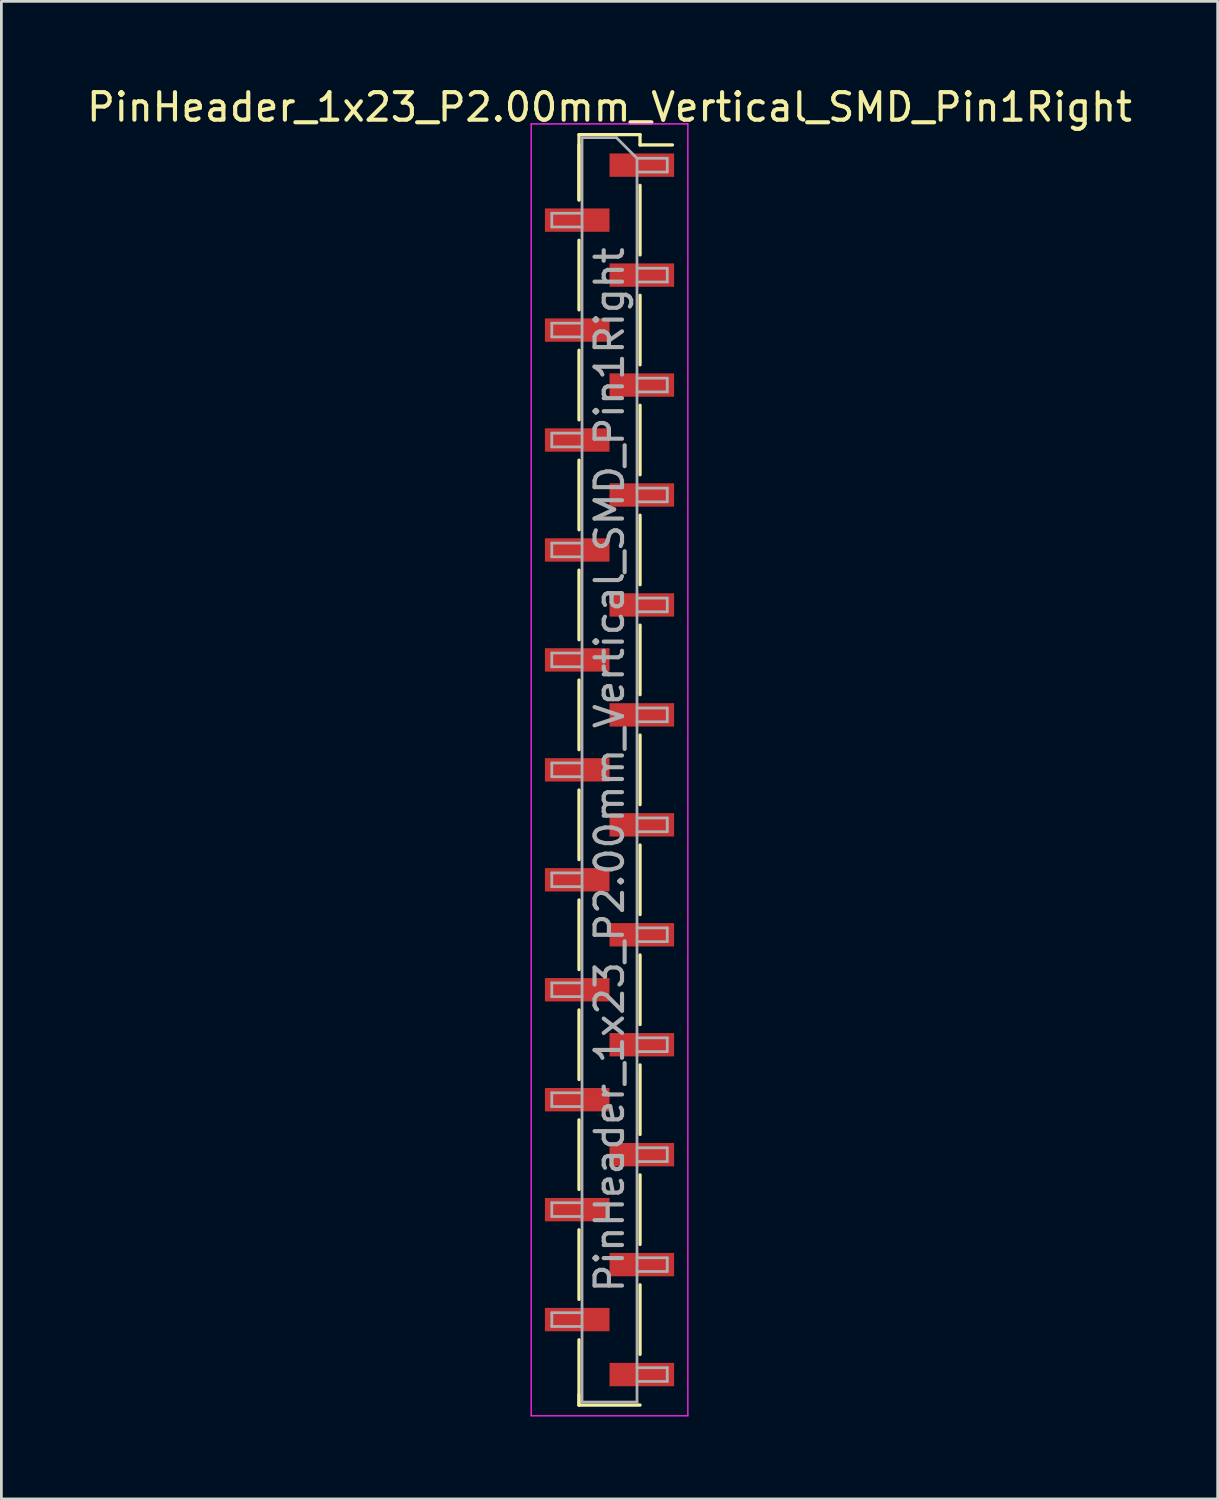
<source format=kicad_pcb>
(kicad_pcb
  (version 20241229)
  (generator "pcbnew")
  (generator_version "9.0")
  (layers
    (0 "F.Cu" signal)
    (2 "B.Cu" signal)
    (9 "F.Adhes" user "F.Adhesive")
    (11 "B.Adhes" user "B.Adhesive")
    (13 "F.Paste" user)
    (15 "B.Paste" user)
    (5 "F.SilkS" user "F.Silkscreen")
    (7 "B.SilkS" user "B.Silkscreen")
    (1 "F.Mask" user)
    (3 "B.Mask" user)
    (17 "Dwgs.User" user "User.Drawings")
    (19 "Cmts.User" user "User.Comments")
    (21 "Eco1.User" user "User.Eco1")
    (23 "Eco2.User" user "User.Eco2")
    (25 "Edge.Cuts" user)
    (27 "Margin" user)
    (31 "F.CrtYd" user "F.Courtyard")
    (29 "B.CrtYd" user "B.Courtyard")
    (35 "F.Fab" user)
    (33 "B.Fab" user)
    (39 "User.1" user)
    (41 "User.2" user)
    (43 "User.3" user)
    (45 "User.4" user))
  (footprint "PinHeader_1x23_P2.00mm_Vertical_SMD_Pin1Right"
    (layer "F.Cu")
    (at 19.125 24.958)
    (property "Reference" "PinHeader_1x23_P2.00mm_Vertical_SMD_Pin1Right" (at 0 -24.11 0) (layer "F.SilkS") (effects (font (size 1 1) (thickness 0.15))))
    (attr smd)
    (fp_line (start -1.11 -23.11) (end -1.11 -20.735) (stroke (width 0.12) (type solid)) (layer "F.SilkS"))
    (fp_line (start -1.11 -23.11) (end 1.11 -23.11) (stroke (width 0.12) (type solid)) (layer "F.SilkS"))
    (fp_line (start -1.11 -22.735) (end -1.11 -20.735) (stroke (width 0.12) (type solid)) (layer "F.SilkS"))
    (fp_line (start -1.11 -19.265) (end -1.11 -16.735) (stroke (width 0.12) (type solid)) (layer "F.SilkS"))
    (fp_line (start -1.11 -15.265) (end -1.11 -12.735) (stroke (width 0.12) (type solid)) (layer "F.SilkS"))
    (fp_line (start -1.11 -11.265) (end -1.11 -8.735) (stroke (width 0.12) (type solid)) (layer "F.SilkS"))
    (fp_line (start -1.11 -7.265) (end -1.11 -4.735) (stroke (width 0.12) (type solid)) (layer "F.SilkS"))
    (fp_line (start -1.11 -3.265) (end -1.11 -0.735) (stroke (width 0.12) (type solid)) (layer "F.SilkS"))
    (fp_line (start -1.11 0.735) (end -1.11 3.265) (stroke (width 0.12) (type solid)) (layer "F.SilkS"))
    (fp_line (start -1.11 4.735) (end -1.11 7.265) (stroke (width 0.12) (type solid)) (layer "F.SilkS"))
    (fp_line (start -1.11 8.735) (end -1.11 11.265) (stroke (width 0.12) (type solid)) (layer "F.SilkS"))
    (fp_line (start -1.11 12.735) (end -1.11 15.265) (stroke (width 0.12) (type solid)) (layer "F.SilkS"))
    (fp_line (start -1.11 16.735) (end -1.11 19.265) (stroke (width 0.12) (type solid)) (layer "F.SilkS"))
    (fp_line (start -1.11 20.735) (end -1.11 23.11) (stroke (width 0.12) (type solid)) (layer "F.SilkS"))
    (fp_line (start -1.11 22.735) (end -1.11 23.11) (stroke (width 0.12) (type solid)) (layer "F.SilkS"))
    (fp_line (start -1.11 23.11) (end 1.11 23.11) (stroke (width 0.12) (type solid)) (layer "F.SilkS"))
    (fp_line (start 1.11 -23.11) (end 1.11 -22.735) (stroke (width 0.12) (type solid)) (layer "F.SilkS"))
    (fp_line (start 1.11 -22.735) (end 2.29 -22.735) (stroke (width 0.12) (type solid)) (layer "F.SilkS"))
    (fp_line (start 1.11 -21.265) (end 1.11 -18.735) (stroke (width 0.12) (type solid)) (layer "F.SilkS"))
    (fp_line (start 1.11 -17.265) (end 1.11 -14.735) (stroke (width 0.12) (type solid)) (layer "F.SilkS"))
    (fp_line (start 1.11 -13.265) (end 1.11 -10.735) (stroke (width 0.12) (type solid)) (layer "F.SilkS"))
    (fp_line (start 1.11 -9.265) (end 1.11 -6.735) (stroke (width 0.12) (type solid)) (layer "F.SilkS"))
    (fp_line (start 1.11 -5.265) (end 1.11 -2.735) (stroke (width 0.12) (type solid)) (layer "F.SilkS"))
    (fp_line (start 1.11 -1.265) (end 1.11 1.265) (stroke (width 0.12) (type solid)) (layer "F.SilkS"))
    (fp_line (start 1.11 2.735) (end 1.11 5.265) (stroke (width 0.12) (type solid)) (layer "F.SilkS"))
    (fp_line (start 1.11 6.735) (end 1.11 9.265) (stroke (width 0.12) (type solid)) (layer "F.SilkS"))
    (fp_line (start 1.11 10.735) (end 1.11 13.265) (stroke (width 0.12) (type solid)) (layer "F.SilkS"))
    (fp_line (start 1.11 14.735) (end 1.11 17.265) (stroke (width 0.12) (type solid)) (layer "F.SilkS"))
    (fp_line (start 1.11 18.735) (end 1.11 21.265) (stroke (width 0.12) (type solid)) (layer "F.SilkS"))
    (fp_line (start -2.85 -23.5) (end -2.85 23.5) (stroke (width 0.05) (type solid)) (layer "F.CrtYd"))
    (fp_line (start -2.85 23.5) (end 2.85 23.5) (stroke (width 0.05) (type solid)) (layer "F.CrtYd"))
    (fp_line (start 2.85 -23.5) (end -2.85 -23.5) (stroke (width 0.05) (type solid)) (layer "F.CrtYd"))
    (fp_line (start 2.85 23.5) (end 2.85 -23.5) (stroke (width 0.05) (type solid)) (layer "F.CrtYd"))
    (fp_line (start -2.1 -20.25) (end -2.1 -19.75) (stroke (width 0.1) (type solid)) (layer "F.Fab"))
    (fp_line (start -2.1 -19.75) (end -1 -19.75) (stroke (width 0.1) (type solid)) (layer "F.Fab"))
    (fp_line (start -2.1 -16.25) (end -2.1 -15.75) (stroke (width 0.1) (type solid)) (layer "F.Fab"))
    (fp_line (start -2.1 -15.75) (end -1 -15.75) (stroke (width 0.1) (type solid)) (layer "F.Fab"))
    (fp_line (start -2.1 -12.25) (end -2.1 -11.75) (stroke (width 0.1) (type solid)) (layer "F.Fab"))
    (fp_line (start -2.1 -11.75) (end -1 -11.75) (stroke (width 0.1) (type solid)) (layer "F.Fab"))
    (fp_line (start -2.1 -8.25) (end -2.1 -7.75) (stroke (width 0.1) (type solid)) (layer "F.Fab"))
    (fp_line (start -2.1 -7.75) (end -1 -7.75) (stroke (width 0.1) (type solid)) (layer "F.Fab"))
    (fp_line (start -2.1 -4.25) (end -2.1 -3.75) (stroke (width 0.1) (type solid)) (layer "F.Fab"))
    (fp_line (start -2.1 -3.75) (end -1 -3.75) (stroke (width 0.1) (type solid)) (layer "F.Fab"))
    (fp_line (start -2.1 -0.25) (end -2.1 0.25) (stroke (width 0.1) (type solid)) (layer "F.Fab"))
    (fp_line (start -2.1 0.25) (end -1 0.25) (stroke (width 0.1) (type solid)) (layer "F.Fab"))
    (fp_line (start -2.1 3.75) (end -2.1 4.25) (stroke (width 0.1) (type solid)) (layer "F.Fab"))
    (fp_line (start -2.1 4.25) (end -1 4.25) (stroke (width 0.1) (type solid)) (layer "F.Fab"))
    (fp_line (start -2.1 7.75) (end -2.1 8.25) (stroke (width 0.1) (type solid)) (layer "F.Fab"))
    (fp_line (start -2.1 8.25) (end -1 8.25) (stroke (width 0.1) (type solid)) (layer "F.Fab"))
    (fp_line (start -2.1 11.75) (end -2.1 12.25) (stroke (width 0.1) (type solid)) (layer "F.Fab"))
    (fp_line (start -2.1 12.25) (end -1 12.25) (stroke (width 0.1) (type solid)) (layer "F.Fab"))
    (fp_line (start -2.1 15.75) (end -2.1 16.25) (stroke (width 0.1) (type solid)) (layer "F.Fab"))
    (fp_line (start -2.1 16.25) (end -1 16.25) (stroke (width 0.1) (type solid)) (layer "F.Fab"))
    (fp_line (start -2.1 19.75) (end -2.1 20.25) (stroke (width 0.1) (type solid)) (layer "F.Fab"))
    (fp_line (start -2.1 20.25) (end -1 20.25) (stroke (width 0.1) (type solid)) (layer "F.Fab"))
    (fp_line (start -1 -23) (end -1 23) (stroke (width 0.1) (type solid)) (layer "F.Fab"))
    (fp_line (start -1 -23) (end 0.25 -23) (stroke (width 0.1) (type solid)) (layer "F.Fab"))
    (fp_line (start -1 -20.25) (end -2.1 -20.25) (stroke (width 0.1) (type solid)) (layer "F.Fab"))
    (fp_line (start -1 -16.25) (end -2.1 -16.25) (stroke (width 0.1) (type solid)) (layer "F.Fab"))
    (fp_line (start -1 -12.25) (end -2.1 -12.25) (stroke (width 0.1) (type solid)) (layer "F.Fab"))
    (fp_line (start -1 -8.25) (end -2.1 -8.25) (stroke (width 0.1) (type solid)) (layer "F.Fab"))
    (fp_line (start -1 -4.25) (end -2.1 -4.25) (stroke (width 0.1) (type solid)) (layer "F.Fab"))
    (fp_line (start -1 -0.25) (end -2.1 -0.25) (stroke (width 0.1) (type solid)) (layer "F.Fab"))
    (fp_line (start -1 3.75) (end -2.1 3.75) (stroke (width 0.1) (type solid)) (layer "F.Fab"))
    (fp_line (start -1 7.75) (end -2.1 7.75) (stroke (width 0.1) (type solid)) (layer "F.Fab"))
    (fp_line (start -1 11.75) (end -2.1 11.75) (stroke (width 0.1) (type solid)) (layer "F.Fab"))
    (fp_line (start -1 15.75) (end -2.1 15.75) (stroke (width 0.1) (type solid)) (layer "F.Fab"))
    (fp_line (start -1 19.75) (end -2.1 19.75) (stroke (width 0.1) (type solid)) (layer "F.Fab"))
    (fp_line (start 1 -22.25) (end 0.25 -23) (stroke (width 0.1) (type solid)) (layer "F.Fab"))
    (fp_line (start 1 -22.25) (end 2.1 -22.25) (stroke (width 0.1) (type solid)) (layer "F.Fab"))
    (fp_line (start 1 -18.25) (end 2.1 -18.25) (stroke (width 0.1) (type solid)) (layer "F.Fab"))
    (fp_line (start 1 -14.25) (end 2.1 -14.25) (stroke (width 0.1) (type solid)) (layer "F.Fab"))
    (fp_line (start 1 -10.25) (end 2.1 -10.25) (stroke (width 0.1) (type solid)) (layer "F.Fab"))
    (fp_line (start 1 -6.25) (end 2.1 -6.25) (stroke (width 0.1) (type solid)) (layer "F.Fab"))
    (fp_line (start 1 -2.25) (end 2.1 -2.25) (stroke (width 0.1) (type solid)) (layer "F.Fab"))
    (fp_line (start 1 1.75) (end 2.1 1.75) (stroke (width 0.1) (type solid)) (layer "F.Fab"))
    (fp_line (start 1 5.75) (end 2.1 5.75) (stroke (width 0.1) (type solid)) (layer "F.Fab"))
    (fp_line (start 1 9.75) (end 2.1 9.75) (stroke (width 0.1) (type solid)) (layer "F.Fab"))
    (fp_line (start 1 13.75) (end 2.1 13.75) (stroke (width 0.1) (type solid)) (layer "F.Fab"))
    (fp_line (start 1 17.75) (end 2.1 17.75) (stroke (width 0.1) (type solid)) (layer "F.Fab"))
    (fp_line (start 1 21.75) (end 2.1 21.75) (stroke (width 0.1) (type solid)) (layer "F.Fab"))
    (fp_line (start 1 23) (end -1 23) (stroke (width 0.1) (type solid)) (layer "F.Fab"))
    (fp_line (start 1 23) (end 1 -22.25) (stroke (width 0.1) (type solid)) (layer "F.Fab"))
    (fp_line (start 2.1 -22.25) (end 2.1 -21.75) (stroke (width 0.1) (type solid)) (layer "F.Fab"))
    (fp_line (start 2.1 -21.75) (end 1 -21.75) (stroke (width 0.1) (type solid)) (layer "F.Fab"))
    (fp_line (start 2.1 -18.25) (end 2.1 -17.75) (stroke (width 0.1) (type solid)) (layer "F.Fab"))
    (fp_line (start 2.1 -17.75) (end 1 -17.75) (stroke (width 0.1) (type solid)) (layer "F.Fab"))
    (fp_line (start 2.1 -14.25) (end 2.1 -13.75) (stroke (width 0.1) (type solid)) (layer "F.Fab"))
    (fp_line (start 2.1 -13.75) (end 1 -13.75) (stroke (width 0.1) (type solid)) (layer "F.Fab"))
    (fp_line (start 2.1 -10.25) (end 2.1 -9.75) (stroke (width 0.1) (type solid)) (layer "F.Fab"))
    (fp_line (start 2.1 -9.75) (end 1 -9.75) (stroke (width 0.1) (type solid)) (layer "F.Fab"))
    (fp_line (start 2.1 -6.25) (end 2.1 -5.75) (stroke (width 0.1) (type solid)) (layer "F.Fab"))
    (fp_line (start 2.1 -5.75) (end 1 -5.75) (stroke (width 0.1) (type solid)) (layer "F.Fab"))
    (fp_line (start 2.1 -2.25) (end 2.1 -1.75) (stroke (width 0.1) (type solid)) (layer "F.Fab"))
    (fp_line (start 2.1 -1.75) (end 1 -1.75) (stroke (width 0.1) (type solid)) (layer "F.Fab"))
    (fp_line (start 2.1 1.75) (end 2.1 2.25) (stroke (width 0.1) (type solid)) (layer "F.Fab"))
    (fp_line (start 2.1 2.25) (end 1 2.25) (stroke (width 0.1) (type solid)) (layer "F.Fab"))
    (fp_line (start 2.1 5.75) (end 2.1 6.25) (stroke (width 0.1) (type solid)) (layer "F.Fab"))
    (fp_line (start 2.1 6.25) (end 1 6.25) (stroke (width 0.1) (type solid)) (layer "F.Fab"))
    (fp_line (start 2.1 9.75) (end 2.1 10.25) (stroke (width 0.1) (type solid)) (layer "F.Fab"))
    (fp_line (start 2.1 10.25) (end 1 10.25) (stroke (width 0.1) (type solid)) (layer "F.Fab"))
    (fp_line (start 2.1 13.75) (end 2.1 14.25) (stroke (width 0.1) (type solid)) (layer "F.Fab"))
    (fp_line (start 2.1 14.25) (end 1 14.25) (stroke (width 0.1) (type solid)) (layer "F.Fab"))
    (fp_line (start 2.1 17.75) (end 2.1 18.25) (stroke (width 0.1) (type solid)) (layer "F.Fab"))
    (fp_line (start 2.1 18.25) (end 1 18.25) (stroke (width 0.1) (type solid)) (layer "F.Fab"))
    (fp_line (start 2.1 21.75) (end 2.1 22.25) (stroke (width 0.1) (type solid)) (layer "F.Fab"))
    (fp_line (start 2.1 22.25) (end 1 22.25) (stroke (width 0.1) (type solid)) (layer "F.Fab"))
    (fp_text user "${REFERENCE}" (at 0 0 90) (layer "F.Fab") (effects (font (size 1 1) (thickness 0.15))))
    (pad "1" smd rect (at 1.175 -22) (size 2.35 0.85) (layers "F.Cu" "F.Mask" "F.Paste"))
    (pad "2" smd rect (at -1.175 -20) (size 2.35 0.85) (layers "F.Cu" "F.Mask" "F.Paste"))
    (pad "3" smd rect (at 1.175 -18) (size 2.35 0.85) (layers "F.Cu" "F.Mask" "F.Paste"))
    (pad "4" smd rect (at -1.175 -16) (size 2.35 0.85) (layers "F.Cu" "F.Mask" "F.Paste"))
    (pad "5" smd rect (at 1.175 -14) (size 2.35 0.85) (layers "F.Cu" "F.Mask" "F.Paste"))
    (pad "6" smd rect (at -1.175 -12) (size 2.35 0.85) (layers "F.Cu" "F.Mask" "F.Paste"))
    (pad "7" smd rect (at 1.175 -10) (size 2.35 0.85) (layers "F.Cu" "F.Mask" "F.Paste"))
    (pad "8" smd rect (at -1.175 -8) (size 2.35 0.85) (layers "F.Cu" "F.Mask" "F.Paste"))
    (pad "9" smd rect (at 1.175 -6) (size 2.35 0.85) (layers "F.Cu" "F.Mask" "F.Paste"))
    (pad "10" smd rect (at -1.175 -4) (size 2.35 0.85) (layers "F.Cu" "F.Mask" "F.Paste"))
    (pad "11" smd rect (at 1.175 -2) (size 2.35 0.85) (layers "F.Cu" "F.Mask" "F.Paste"))
    (pad "12" smd rect (at -1.175 0) (size 2.35 0.85) (layers "F.Cu" "F.Mask" "F.Paste"))
    (pad "13" smd rect (at 1.175 2) (size 2.35 0.85) (layers "F.Cu" "F.Mask" "F.Paste"))
    (pad "14" smd rect (at -1.175 4) (size 2.35 0.85) (layers "F.Cu" "F.Mask" "F.Paste"))
    (pad "15" smd rect (at 1.175 6) (size 2.35 0.85) (layers "F.Cu" "F.Mask" "F.Paste"))
    (pad "16" smd rect (at -1.175 8) (size 2.35 0.85) (layers "F.Cu" "F.Mask" "F.Paste"))
    (pad "17" smd rect (at 1.175 10) (size 2.35 0.85) (layers "F.Cu" "F.Mask" "F.Paste"))
    (pad "18" smd rect (at -1.175 12) (size 2.35 0.85) (layers "F.Cu" "F.Mask" "F.Paste"))
    (pad "19" smd rect (at 1.175 14) (size 2.35 0.85) (layers "F.Cu" "F.Mask" "F.Paste"))
    (pad "20" smd rect (at -1.175 16) (size 2.35 0.85) (layers "F.Cu" "F.Mask" "F.Paste"))
    (pad "21" smd rect (at 1.175 18) (size 2.35 0.85) (layers "F.Cu" "F.Mask" "F.Paste"))
    (pad "22" smd rect (at -1.175 20) (size 2.35 0.85) (layers "F.Cu" "F.Mask" "F.Paste"))
    (pad "23" smd rect (at 1.175 22) (size 2.35 0.85) (layers "F.Cu" "F.Mask" "F.Paste")))
  (gr_rect
    (start -3 -3)
    (end 41.25 51.483)
    (stroke (width 0.1) (type default))
    (fill no)
    (layer "Edge.Cuts")))
</source>
